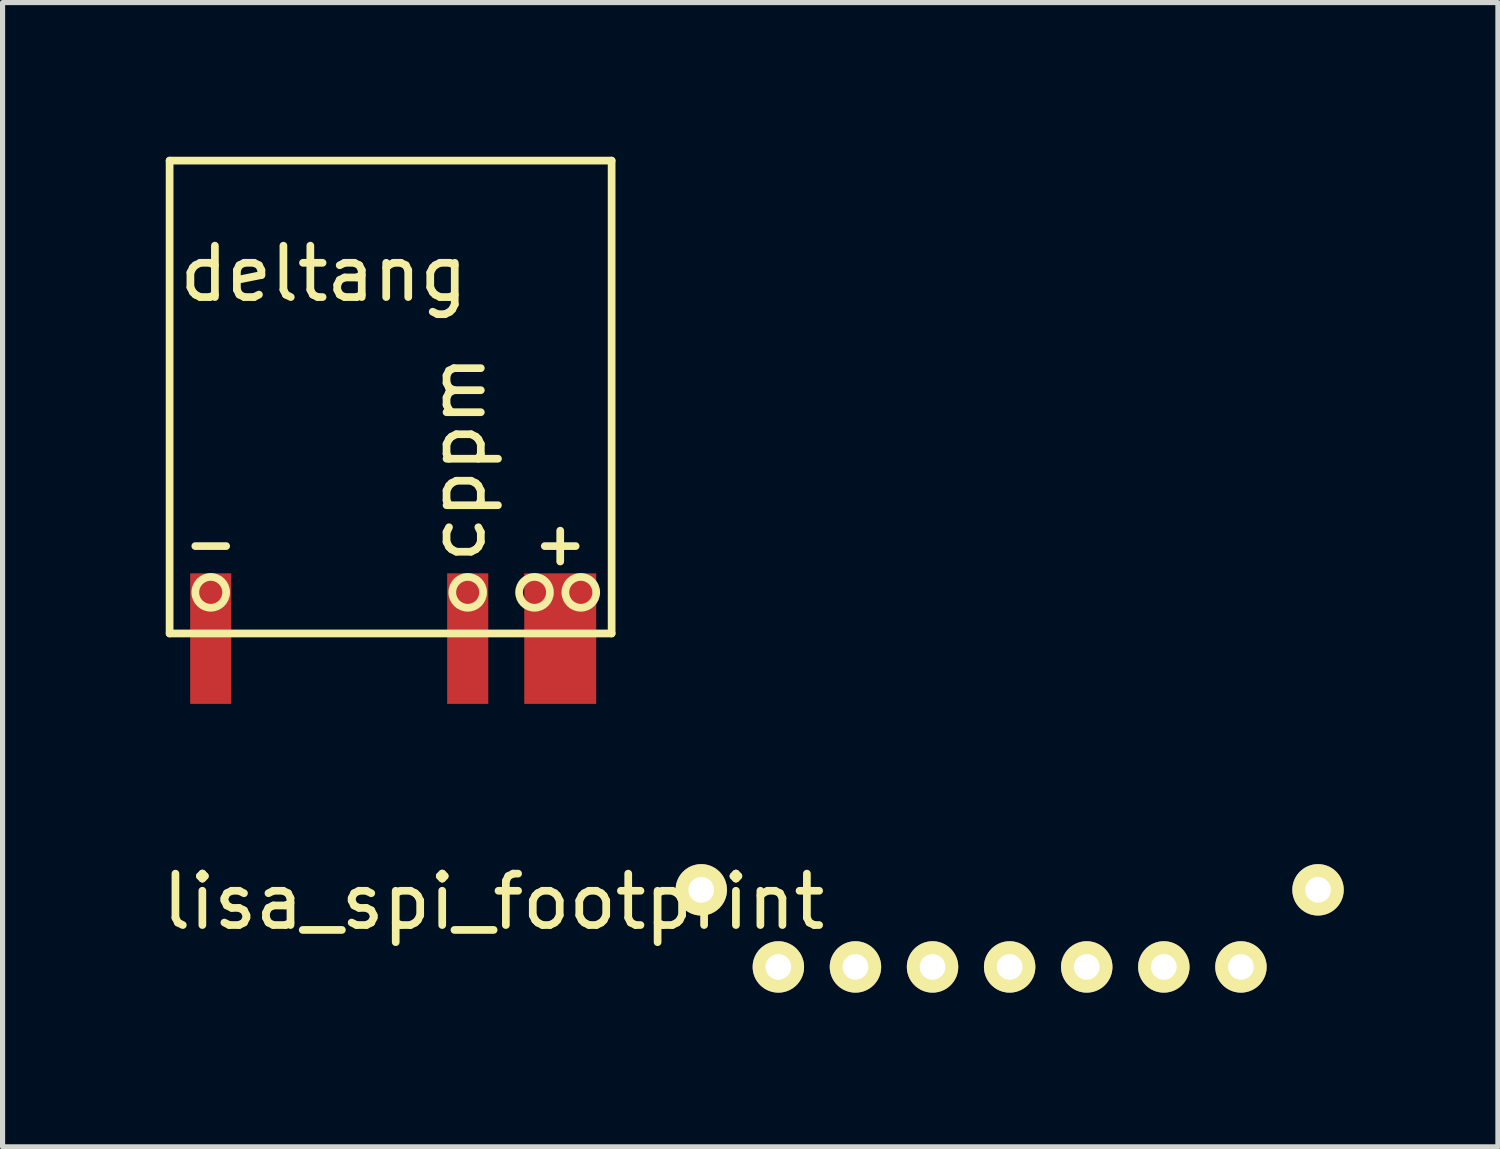
<source format=kicad_pcb>
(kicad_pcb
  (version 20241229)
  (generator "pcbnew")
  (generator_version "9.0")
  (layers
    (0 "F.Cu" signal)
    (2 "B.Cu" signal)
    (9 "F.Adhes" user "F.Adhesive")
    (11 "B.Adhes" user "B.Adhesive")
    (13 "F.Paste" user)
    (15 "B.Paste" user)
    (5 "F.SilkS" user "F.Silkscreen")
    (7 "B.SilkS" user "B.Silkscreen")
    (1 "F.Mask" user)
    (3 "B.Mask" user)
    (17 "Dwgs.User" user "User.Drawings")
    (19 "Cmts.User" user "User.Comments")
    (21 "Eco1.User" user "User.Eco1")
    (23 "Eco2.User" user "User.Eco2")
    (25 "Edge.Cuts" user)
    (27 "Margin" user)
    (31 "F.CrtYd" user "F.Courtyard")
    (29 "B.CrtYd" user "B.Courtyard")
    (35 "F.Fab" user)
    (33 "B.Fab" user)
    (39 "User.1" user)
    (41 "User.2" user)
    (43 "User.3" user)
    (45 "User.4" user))
  (footprint "lisa_spi_footprint"
    (layer "F.Cu")
    (at 9.094 15.763)
    (property "Reference" "lisa_spi_footprint" (at -2.54 -1.27 0) (layer "F.SilkS") (effects (font (size 1 1) (thickness 0.15))))
    (attr through_hole)
    (pad "1" thru_hole circle (at 1.5 -1.5) (size 1 1) (drill 0.5) (layers "*.Cu" "*.Mask" "F.SilkS"))
    (pad "2" thru_hole circle (at 3 0) (size 1 1) (drill 0.5) (layers "*.Cu" "*.Mask" "F.SilkS"))
    (pad "3" thru_hole circle (at 4.5 0) (size 1 1) (drill 0.5) (layers "*.Cu" "*.Mask" "F.SilkS"))
    (pad "4" thru_hole circle (at 6 0) (size 1 1) (drill 0.5) (layers "*.Cu" "*.Mask" "F.SilkS"))
    (pad "5" thru_hole circle (at 7.5 0) (size 1 1) (drill 0.5) (layers "*.Cu" "*.Mask" "F.SilkS"))
    (pad "6" thru_hole circle (at 9 0) (size 1 1) (drill 0.5) (layers "*.Cu" "*.Mask" "F.SilkS"))
    (pad "7" thru_hole circle (at 10.5 0) (size 1 1) (drill 0.5) (layers "*.Cu" "*.Mask" "F.SilkS"))
    (pad "8" thru_hole circle (at 12 0) (size 1 1) (drill 0.5) (layers "*.Cu" "*.Mask" "F.SilkS"))
    (pad "9" thru_hole circle (at 13.5 -1.5) (size 1 1) (drill 0.5) (layers "*.Cu" "*.Mask" "F.SilkS")))
  (footprint "deltang"
    (layer "F.Cu")
    (at 0.25 9.275)
    (property "Reference" "deltang" (at 3 -7 0) (layer "F.SilkS") (effects (font (size 1 1) (thickness 0.15))))
    (attr through_hole)
    (fp_line (start 0 -9.2) (end 0 0) (stroke (width 0.15) (type solid)) (layer "F.SilkS"))
    (fp_line (start 0 0) (end 8.6 0) (stroke (width 0.15) (type solid)) (layer "F.SilkS"))
    (fp_line (start 0.5 -1.7) (end 1.1 -1.7) (stroke (width 0.15) (type solid)) (layer "F.SilkS"))
    (fp_line (start 7.3 -1.7) (end 7.9 -1.7) (stroke (width 0.15) (type solid)) (layer "F.SilkS"))
    (fp_line (start 7.6 -1.4) (end 7.6 -2) (stroke (width 0.15) (type solid)) (layer "F.SilkS"))
    (fp_line (start 8.6 -9.2) (end 0 -9.2) (stroke (width 0.15) (type solid)) (layer "F.SilkS"))
    (fp_line (start 8.6 -9.2) (end 8.6 0) (stroke (width 0.15) (type solid)) (layer "F.SilkS"))
    (fp_circle (center 0.8 -0.8) (end 1.1 -0.8) (stroke (width 0.15) (type solid)) (fill no) (layer "F.SilkS"))
    (fp_circle (center 5.8 -0.8) (end 6.1 -0.8) (stroke (width 0.15) (type solid)) (fill no) (layer "F.SilkS"))
    (fp_circle (center 7.1 -0.8) (end 7.4 -0.8) (stroke (width 0.15) (type solid)) (fill no) (layer "F.SilkS"))
    (fp_circle (center 8 -0.8) (end 7.7 -0.8) (stroke (width 0.15) (type solid)) (fill no) (layer "F.SilkS"))
    (fp_text user "cppm" (at 5.6 -3.4 90) (layer "F.SilkS") (effects (font (size 1 1) (thickness 0.15))))
    (pad "1" smd rect (at 0.8 0.1) (size 0.8 2.54) (layers "F.Cu" "F.Mask" "F.Paste"))
    (pad "2" smd rect (at 5.8 0.1) (size 0.8 2.54) (layers "F.Cu" "F.Mask" "F.Paste"))
    (pad "3" smd rect (at 7.6 0.1) (size 1.4 2.54) (layers "F.Cu" "F.Mask" "F.Paste")))
  (gr_rect
    (start -3 -3)
    (end 26.094 19.263)
    (stroke (width 0.1) (type default))
    (fill no)
    (layer "Edge.Cuts")))
</source>
